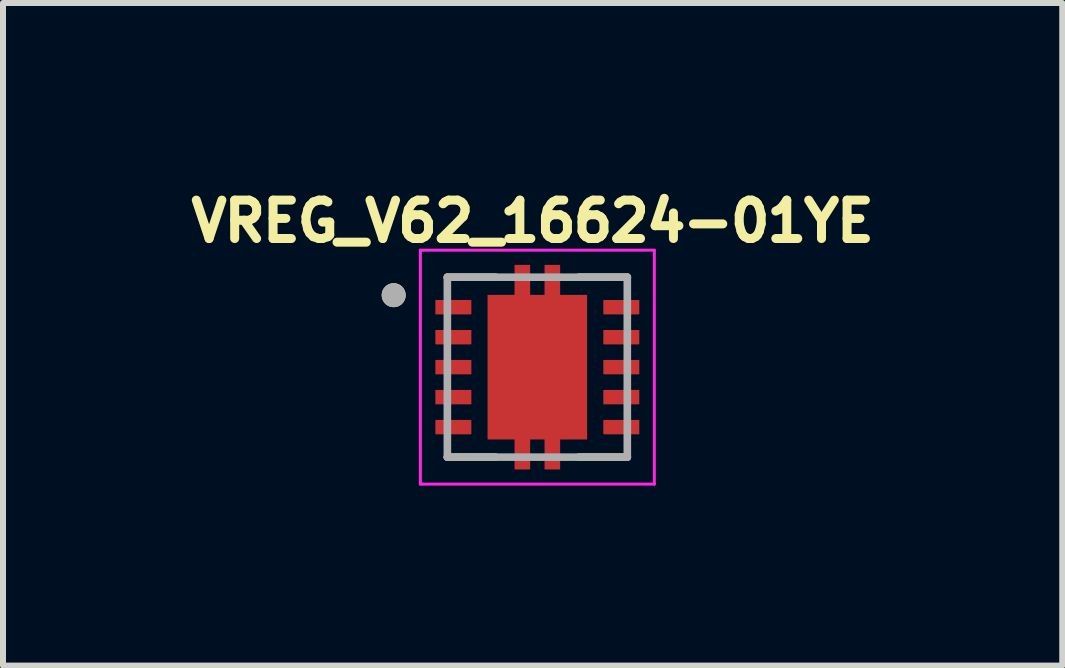
<source format=kicad_pcb>
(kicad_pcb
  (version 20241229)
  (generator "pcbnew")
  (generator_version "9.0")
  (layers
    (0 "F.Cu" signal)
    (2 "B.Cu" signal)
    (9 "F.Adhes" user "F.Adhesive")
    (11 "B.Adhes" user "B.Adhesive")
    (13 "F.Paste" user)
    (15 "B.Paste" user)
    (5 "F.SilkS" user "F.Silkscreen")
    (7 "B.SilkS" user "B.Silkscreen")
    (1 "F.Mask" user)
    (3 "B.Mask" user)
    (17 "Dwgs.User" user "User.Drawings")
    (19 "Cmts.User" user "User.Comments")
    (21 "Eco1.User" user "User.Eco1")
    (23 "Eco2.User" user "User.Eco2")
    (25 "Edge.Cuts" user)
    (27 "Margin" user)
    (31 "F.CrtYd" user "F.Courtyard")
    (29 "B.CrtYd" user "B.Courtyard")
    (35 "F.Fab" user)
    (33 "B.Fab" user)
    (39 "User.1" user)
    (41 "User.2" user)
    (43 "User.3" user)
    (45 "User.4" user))
  (footprint "VREG_V62_16624-01YE"
    (layer "F.Cu")
    (at 5.908 3.071)
    (property "Reference" "VREG_V62_16624-01YE" (at -0.078 -2.433 0) (layer "F.SilkS") (effects (font (size 0.64 0.64) (thickness 0.15))))
    (attr smd)
    (fp_poly (pts (xy -1.77 -1.19) (xy -1.03 -1.19) (xy -1.03 -0.81) (xy -1.77 -0.81)) (stroke (width 0.01) (type solid)) (fill yes) (layer "F.Mask"))
    (fp_poly (pts (xy -1.77 -0.69) (xy -1.03 -0.69) (xy -1.03 -0.31) (xy -1.77 -0.31)) (stroke (width 0.01) (type solid)) (fill yes) (layer "F.Mask"))
    (fp_poly (pts (xy -1.77 -0.19) (xy -1.03 -0.19) (xy -1.03 0.19) (xy -1.77 0.19)) (stroke (width 0.01) (type solid)) (fill yes) (layer "F.Mask"))
    (fp_poly (pts (xy -1.77 0.31) (xy -1.03 0.31) (xy -1.03 0.69) (xy -1.77 0.69)) (stroke (width 0.01) (type solid)) (fill yes) (layer "F.Mask"))
    (fp_poly (pts (xy -1.77 0.81) (xy -1.03 0.81) (xy -1.03 1.19) (xy -1.77 1.19)) (stroke (width 0.01) (type solid)) (fill yes) (layer "F.Mask"))
    (fp_poly (pts (xy 1.03 -1.19) (xy 1.77 -1.19) (xy 1.77 -0.81) (xy 1.03 -0.81)) (stroke (width 0.01) (type solid)) (fill yes) (layer "F.Mask"))
    (fp_poly (pts (xy 1.03 -0.69) (xy 1.77 -0.69) (xy 1.77 -0.31) (xy 1.03 -0.31)) (stroke (width 0.01) (type solid)) (fill yes) (layer "F.Mask"))
    (fp_poly (pts (xy 1.03 -0.19) (xy 1.77 -0.19) (xy 1.77 0.19) (xy 1.03 0.19)) (stroke (width 0.01) (type solid)) (fill yes) (layer "F.Mask"))
    (fp_poly (pts (xy 1.03 0.31) (xy 1.77 0.31) (xy 1.77 0.69) (xy 1.03 0.69)) (stroke (width 0.01) (type solid)) (fill yes) (layer "F.Mask"))
    (fp_poly (pts (xy 1.03 0.81) (xy 1.77 0.81) (xy 1.77 1.19) (xy 1.03 1.19)) (stroke (width 0.01) (type solid)) (fill yes) (layer "F.Mask"))
    (fp_poly (pts (xy -0.895 -1.27) (xy -0.445 -1.27) (xy -0.445 -1.77) (xy -0.055 -1.77) (xy -0.055 -1.27) (xy 0.055 -1.27) (xy 0.055 -1.77) (xy 0.445 -1.77) (xy 0.445 -1.27) (xy 0.895 -1.27) (xy 0.895 1.27) (xy 0.445 1.27) (xy 0.445 1.77) (xy 0.055 1.77) (xy 0.055 1.27) (xy -0.055 1.27) (xy -0.055 1.77) (xy -0.445 1.77) (xy -0.445 1.27) (xy -0.895 1.27)) (stroke (width 0.01) (type solid)) (fill yes) (layer "F.Mask"))
    (fp_line (start -1.5 -1.5) (end -0.695 -1.5) (stroke (width 0.127) (type solid)) (layer "F.SilkS"))
    (fp_line (start -1.5 1.5) (end -0.695 1.5) (stroke (width 0.127) (type solid)) (layer "F.SilkS"))
    (fp_line (start 0.695 -1.5) (end 1.5 -1.5) (stroke (width 0.127) (type solid)) (layer "F.SilkS"))
    (fp_line (start 0.695 1.5) (end 1.5 1.5) (stroke (width 0.127) (type solid)) (layer "F.SilkS"))
    (fp_circle (center -2.395 -1.2) (end -2.295 -1.2) (stroke (width 0.2) (type solid)) (fill no) (layer "F.SilkS"))
    (fp_poly (pts (xy -0.75 -1.16) (xy 0.75 -1.16) (xy 0.75 -0.1) (xy -0.75 -0.1)) (stroke (width 0.01) (type solid)) (fill yes) (layer "F.Paste"))
    (fp_poly (pts (xy -0.75 0.1) (xy 0.75 0.1) (xy 0.75 1.16) (xy -0.75 1.16)) (stroke (width 0.01) (type solid)) (fill yes) (layer "F.Paste"))
    (fp_poly (pts (xy -0.375 -1.7) (xy -0.125 -1.7) (xy -0.125 -1.36) (xy -0.375 -1.36)) (stroke (width 0.01) (type solid)) (fill yes) (layer "F.Paste"))
    (fp_poly (pts (xy -0.375 1.36) (xy -0.125 1.36) (xy -0.125 1.7) (xy -0.375 1.7)) (stroke (width 0.01) (type solid)) (fill yes) (layer "F.Paste"))
    (fp_poly (pts (xy 0.125 -1.7) (xy 0.375 -1.7) (xy 0.375 -1.36) (xy 0.125 -1.36)) (stroke (width 0.01) (type solid)) (fill yes) (layer "F.Paste"))
    (fp_poly (pts (xy 0.125 1.36) (xy 0.375 1.36) (xy 0.375 1.7) (xy 0.125 1.7)) (stroke (width 0.01) (type solid)) (fill yes) (layer "F.Paste"))
    (fp_line (start -1.95 -1.95) (end -1.95 1.95) (stroke (width 0.05) (type solid)) (layer "F.CrtYd"))
    (fp_line (start -1.95 -1.95) (end 1.95 -1.95) (stroke (width 0.05) (type solid)) (layer "F.CrtYd"))
    (fp_line (start -1.95 1.95) (end 1.95 1.95) (stroke (width 0.05) (type solid)) (layer "F.CrtYd"))
    (fp_line (start 1.95 -1.95) (end 1.95 1.95) (stroke (width 0.05) (type solid)) (layer "F.CrtYd"))
    (fp_line (start -1.5 -1.5) (end -1.5 1.5) (stroke (width 0.127) (type solid)) (layer "F.Fab"))
    (fp_line (start -1.5 -1.5) (end 1.5 -1.5) (stroke (width 0.127) (type solid)) (layer "F.Fab"))
    (fp_line (start -1.5 1.5) (end 1.5 1.5) (stroke (width 0.127) (type solid)) (layer "F.Fab"))
    (fp_line (start 1.5 -1.5) (end 1.5 1.5) (stroke (width 0.127) (type solid)) (layer "F.Fab"))
    (fp_circle (center -2.395 -1.2) (end -2.295 -1.2) (stroke (width 0.2) (type solid)) (fill no) (layer "F.Fab"))
    (pad "1" smd roundrect (at -1.4 -1) (size 0.6 0.24) (layers "F.Cu" "F.Paste") (roundrect_rratio 0.03))
    (pad "2" smd roundrect (at -1.4 -0.5) (size 0.6 0.24) (layers "F.Cu" "F.Paste") (roundrect_rratio 0.03))
    (pad "3" smd roundrect (at -1.4 0) (size 0.6 0.24) (layers "F.Cu" "F.Paste") (roundrect_rratio 0.03))
    (pad "4" smd roundrect (at -1.4 0.5) (size 0.6 0.24) (layers "F.Cu" "F.Paste") (roundrect_rratio 0.03))
    (pad "5" smd roundrect (at -1.4 1) (size 0.6 0.24) (layers "F.Cu" "F.Paste") (roundrect_rratio 0.03))
    (pad "6" smd roundrect (at 1.4 1) (size 0.6 0.24) (layers "F.Cu" "F.Paste") (roundrect_rratio 0.03))
    (pad "7" smd roundrect (at 1.4 0.5) (size 0.6 0.24) (layers "F.Cu" "F.Paste") (roundrect_rratio 0.03))
    (pad "8" smd roundrect (at 1.4 0) (size 0.6 0.24) (layers "F.Cu" "F.Paste") (roundrect_rratio 0.03))
    (pad "9" smd roundrect (at 1.4 -0.5) (size 0.6 0.24) (layers "F.Cu" "F.Paste") (roundrect_rratio 0.03))
    (pad "10" smd roundrect (at 1.4 -1) (size 0.6 0.24) (layers "F.Cu" "F.Paste") (roundrect_rratio 0.03))
    (pad "11" smd custom (at 0 0) (size 1.65 2.4) (layers "F.Cu") (options (anchor rect)) (primitives (gr_poly (pts (xy -0.825 -1.2) (xy -0.375 -1.2) (xy -0.375 -1.7) (xy -0.125 -1.7) (xy -0.125 -1.2) (xy 0.125 -1.2) (xy 0.125 -1.7) (xy 0.375 -1.7) (xy 0.375 -1.2) (xy 0.825 -1.2) (xy 0.825 1.2) (xy 0.375 1.2) (xy 0.375 1.7) (xy 0.125 1.7) (xy 0.125 1.2) (xy -0.125 1.2) (xy -0.125 1.7) (xy -0.375 1.7) (xy -0.375 1.2) (xy -0.825 1.2)) (width 0.01) (fill yes)))))
  (gr_rect
    (start -3 -3)
    (end 14.659 8.046)
    (stroke (width 0.1) (type default))
    (fill no)
    (layer "Edge.Cuts")))
</source>
